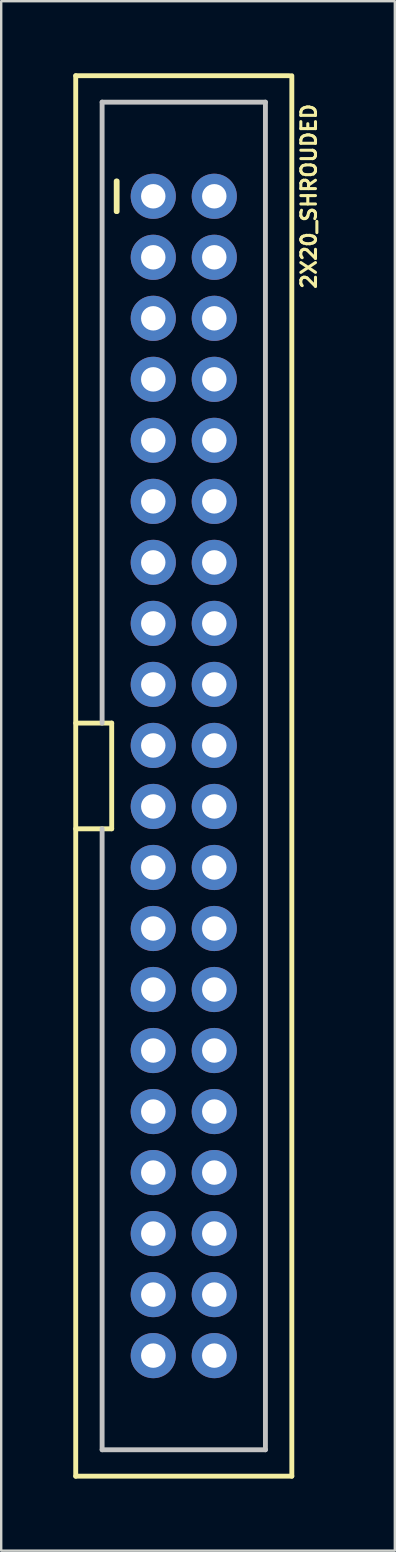
<source format=kicad_pcb>
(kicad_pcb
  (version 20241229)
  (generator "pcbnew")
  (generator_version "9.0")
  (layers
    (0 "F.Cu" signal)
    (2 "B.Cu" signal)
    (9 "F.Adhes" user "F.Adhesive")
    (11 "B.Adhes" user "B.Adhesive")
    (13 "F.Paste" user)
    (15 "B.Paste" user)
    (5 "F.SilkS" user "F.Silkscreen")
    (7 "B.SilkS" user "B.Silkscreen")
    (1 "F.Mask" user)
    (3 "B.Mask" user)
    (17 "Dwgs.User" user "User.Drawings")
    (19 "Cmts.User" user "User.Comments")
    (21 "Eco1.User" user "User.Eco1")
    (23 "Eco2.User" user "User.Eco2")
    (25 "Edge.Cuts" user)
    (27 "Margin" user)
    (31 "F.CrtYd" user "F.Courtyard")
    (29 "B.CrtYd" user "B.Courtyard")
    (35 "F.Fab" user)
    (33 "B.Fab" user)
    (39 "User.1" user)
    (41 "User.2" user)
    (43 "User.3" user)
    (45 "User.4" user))
  (footprint "2X20_SHROUDED"
    (layer "F.Cu")
    (at 4.6 29.251)
    (property "Reference" "2X20_SHROUDED" (at 5.207 -24.13 90) (layer "F.SilkS") (effects (font (size 0.61 0.61) (thickness 0.127))))
    (attr exclude_from_pos_files exclude_from_bom)
    (fp_line (start -4.498 -29.149) (end 4.399 -29.149) (stroke (width 0.203) (type solid)) (layer "F.SilkS"))
    (fp_line (start -4.498 -2.2) (end -3 -2.2) (stroke (width 0.203) (type solid)) (layer "F.SilkS"))
    (fp_line (start -4.498 29.149) (end -4.498 -29.149) (stroke (width 0.203) (type solid)) (layer "F.SilkS"))
    (fp_line (start -3 -2.2) (end -3 2.2) (stroke (width 0.203) (type solid)) (layer "F.SilkS"))
    (fp_line (start -3 2.2) (end -4.498 2.2) (stroke (width 0.203) (type solid)) (layer "F.SilkS"))
    (fp_line (start -2.812 -24.765) (end -2.812 -23.495) (stroke (width 0.203) (type solid)) (layer "F.SilkS"))
    (fp_line (start -2.774 -24.765) (end -2.774 -23.495) (stroke (width 0.203) (type solid)) (layer "F.SilkS"))
    (fp_line (start 4.498 -29.149) (end 4.498 29.149) (stroke (width 0.203) (type solid)) (layer "F.SilkS"))
    (fp_line (start 4.498 29.149) (end -4.498 29.149) (stroke (width 0.203) (type solid)) (layer "F.SilkS"))
    (fp_line (start -3.399 -28.049) (end -3.399 -2.2) (stroke (width 0.203) (type solid)) (layer "Dwgs.User"))
    (fp_line (start -3.399 -28.049) (end 3.399 -28.049) (stroke (width 0.203) (type solid)) (layer "Dwgs.User"))
    (fp_line (start -3.399 28.049) (end -3.399 2.2) (stroke (width 0.203) (type solid)) (layer "Dwgs.User"))
    (fp_line (start -3.399 28.049) (end 3.399 28.049) (stroke (width 0.203) (type solid)) (layer "Dwgs.User"))
    (fp_line (start 3.399 -28.049) (end 3.399 28.049) (stroke (width 0.203) (type solid)) (layer "Dwgs.User"))
    (pad "1" thru_hole circle (at -1.27 -24.13) (size 1.88 1.88) (drill 1.016) (layers "*.Cu" "*.Mask"))
    (pad "2" thru_hole circle (at 1.27 -24.13) (size 1.88 1.88) (drill 1.016) (layers "*.Cu" "*.Mask"))
    (pad "3" thru_hole circle (at -1.27 -21.59) (size 1.88 1.88) (drill 1.016) (layers "*.Cu" "*.Mask"))
    (pad "4" thru_hole circle (at 1.27 -21.59) (size 1.88 1.88) (drill 1.016) (layers "*.Cu" "*.Mask"))
    (pad "5" thru_hole circle (at -1.27 -19.05) (size 1.88 1.88) (drill 1.016) (layers "*.Cu" "*.Mask"))
    (pad "6" thru_hole circle (at 1.27 -19.05) (size 1.88 1.88) (drill 1.016) (layers "*.Cu" "*.Mask"))
    (pad "7" thru_hole circle (at -1.27 -16.51) (size 1.88 1.88) (drill 1.016) (layers "*.Cu" "*.Mask"))
    (pad "8" thru_hole circle (at 1.27 -16.51) (size 1.88 1.88) (drill 1.016) (layers "*.Cu" "*.Mask"))
    (pad "9" thru_hole circle (at -1.27 -13.97) (size 1.88 1.88) (drill 1.016) (layers "*.Cu" "*.Mask"))
    (pad "10" thru_hole circle (at 1.27 -13.97) (size 1.88 1.88) (drill 1.016) (layers "*.Cu" "*.Mask"))
    (pad "11" thru_hole circle (at -1.27 -11.43) (size 1.88 1.88) (drill 1.016) (layers "*.Cu" "*.Mask"))
    (pad "12" thru_hole circle (at 1.27 -11.43) (size 1.88 1.88) (drill 1.016) (layers "*.Cu" "*.Mask"))
    (pad "13" thru_hole circle (at -1.27 -8.89) (size 1.88 1.88) (drill 1.016) (layers "*.Cu" "*.Mask"))
    (pad "14" thru_hole circle (at 1.27 -8.89) (size 1.88 1.88) (drill 1.016) (layers "*.Cu" "*.Mask"))
    (pad "15" thru_hole circle (at -1.27 -6.35) (size 1.88 1.88) (drill 1.016) (layers "*.Cu" "*.Mask"))
    (pad "16" thru_hole circle (at 1.27 -6.35) (size 1.88 1.88) (drill 1.016) (layers "*.Cu" "*.Mask"))
    (pad "17" thru_hole circle (at -1.27 -3.81) (size 1.88 1.88) (drill 1.016) (layers "*.Cu" "*.Mask"))
    (pad "18" thru_hole circle (at 1.27 -3.81) (size 1.88 1.88) (drill 1.016) (layers "*.Cu" "*.Mask"))
    (pad "19" thru_hole circle (at -1.27 -1.27) (size 1.88 1.88) (drill 1.016) (layers "*.Cu" "*.Mask"))
    (pad "20" thru_hole circle (at 1.27 -1.27) (size 1.88 1.88) (drill 1.016) (layers "*.Cu" "*.Mask"))
    (pad "21" thru_hole circle (at -1.27 1.27) (size 1.88 1.88) (drill 1.016) (layers "*.Cu" "*.Mask"))
    (pad "22" thru_hole circle (at 1.27 1.27) (size 1.88 1.88) (drill 1.016) (layers "*.Cu" "*.Mask"))
    (pad "23" thru_hole circle (at -1.27 3.81) (size 1.88 1.88) (drill 1.016) (layers "*.Cu" "*.Mask"))
    (pad "24" thru_hole circle (at 1.27 3.81) (size 1.88 1.88) (drill 1.016) (layers "*.Cu" "*.Mask"))
    (pad "25" thru_hole circle (at -1.27 6.35) (size 1.88 1.88) (drill 1.016) (layers "*.Cu" "*.Mask"))
    (pad "26" thru_hole circle (at 1.27 6.35) (size 1.88 1.88) (drill 1.016) (layers "*.Cu" "*.Mask"))
    (pad "27" thru_hole circle (at -1.27 8.89) (size 1.88 1.88) (drill 1.016) (layers "*.Cu" "*.Mask"))
    (pad "28" thru_hole circle (at 1.27 8.89) (size 1.88 1.88) (drill 1.016) (layers "*.Cu" "*.Mask"))
    (pad "29" thru_hole circle (at -1.27 11.43) (size 1.88 1.88) (drill 1.016) (layers "*.Cu" "*.Mask"))
    (pad "30" thru_hole circle (at 1.27 11.43) (size 1.88 1.88) (drill 1.016) (layers "*.Cu" "*.Mask"))
    (pad "31" thru_hole circle (at -1.27 13.97) (size 1.88 1.88) (drill 1.016) (layers "*.Cu" "*.Mask"))
    (pad "32" thru_hole circle (at 1.27 13.97) (size 1.88 1.88) (drill 1.016) (layers "*.Cu" "*.Mask"))
    (pad "33" thru_hole circle (at -1.27 16.51) (size 1.88 1.88) (drill 1.016) (layers "*.Cu" "*.Mask"))
    (pad "34" thru_hole circle (at 1.27 16.51) (size 1.88 1.88) (drill 1.016) (layers "*.Cu" "*.Mask"))
    (pad "35" thru_hole circle (at -1.27 19.05) (size 1.88 1.88) (drill 1.016) (layers "*.Cu" "*.Mask"))
    (pad "36" thru_hole circle (at 1.27 19.05) (size 1.88 1.88) (drill 1.016) (layers "*.Cu" "*.Mask"))
    (pad "37" thru_hole circle (at -1.27 21.59) (size 1.88 1.88) (drill 1.016) (layers "*.Cu" "*.Mask"))
    (pad "38" thru_hole circle (at 1.27 21.59) (size 1.88 1.88) (drill 1.016) (layers "*.Cu" "*.Mask"))
    (pad "39" thru_hole circle (at -1.27 24.13) (size 1.88 1.88) (drill 1.016) (layers "*.Cu" "*.Mask"))
    (pad "40" thru_hole circle (at 1.27 24.13) (size 1.88 1.88) (drill 1.016) (layers "*.Cu" "*.Mask")))
  (gr_rect
    (start -3 -3)
    (end 13.386 61.501)
    (stroke (width 0.1) (type default))
    (fill no)
    (layer "Edge.Cuts")))
</source>
